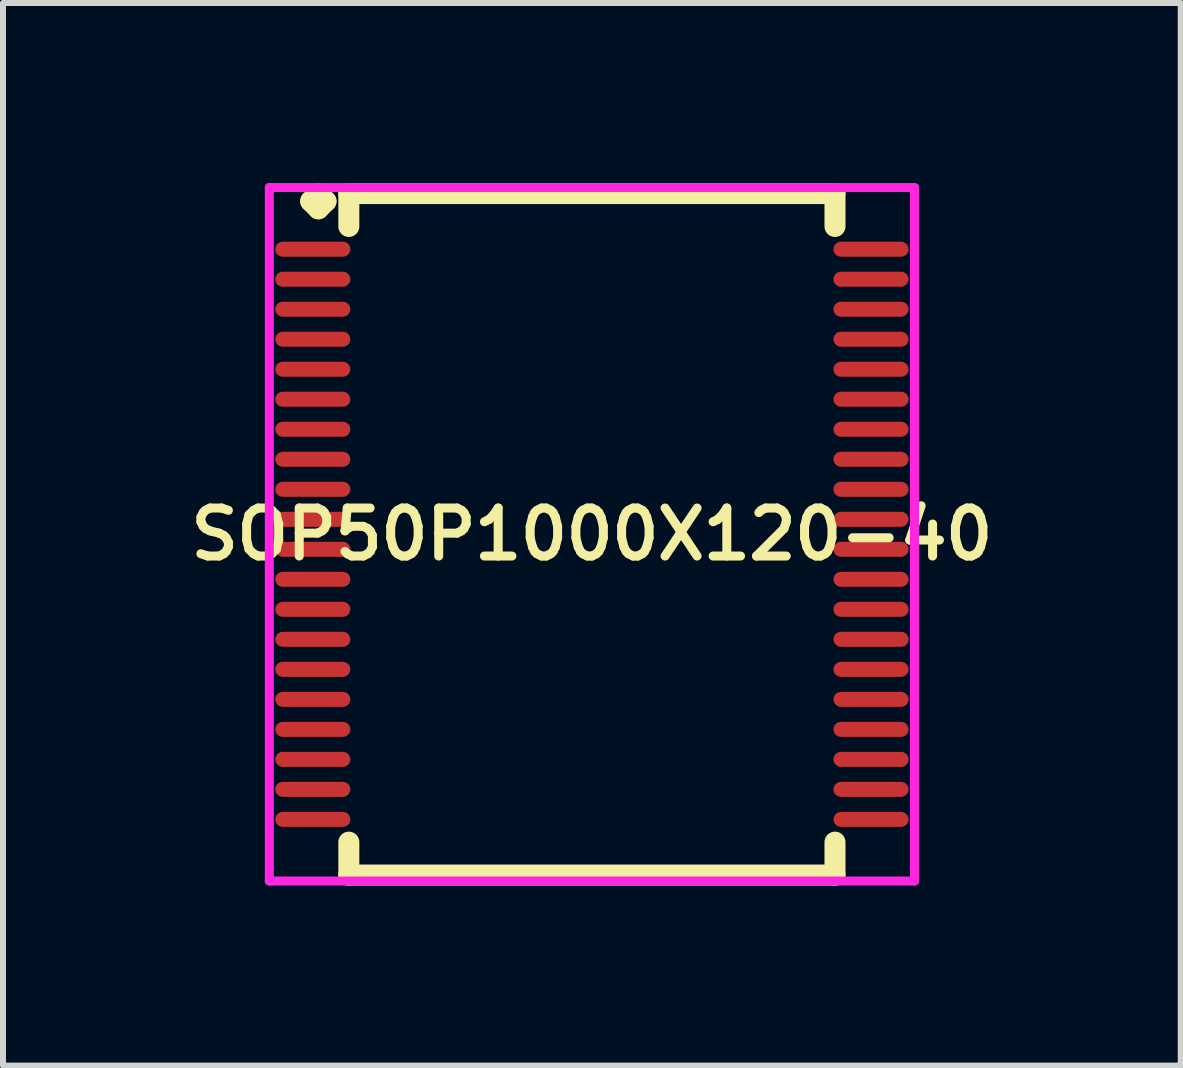
<source format=kicad_pcb>
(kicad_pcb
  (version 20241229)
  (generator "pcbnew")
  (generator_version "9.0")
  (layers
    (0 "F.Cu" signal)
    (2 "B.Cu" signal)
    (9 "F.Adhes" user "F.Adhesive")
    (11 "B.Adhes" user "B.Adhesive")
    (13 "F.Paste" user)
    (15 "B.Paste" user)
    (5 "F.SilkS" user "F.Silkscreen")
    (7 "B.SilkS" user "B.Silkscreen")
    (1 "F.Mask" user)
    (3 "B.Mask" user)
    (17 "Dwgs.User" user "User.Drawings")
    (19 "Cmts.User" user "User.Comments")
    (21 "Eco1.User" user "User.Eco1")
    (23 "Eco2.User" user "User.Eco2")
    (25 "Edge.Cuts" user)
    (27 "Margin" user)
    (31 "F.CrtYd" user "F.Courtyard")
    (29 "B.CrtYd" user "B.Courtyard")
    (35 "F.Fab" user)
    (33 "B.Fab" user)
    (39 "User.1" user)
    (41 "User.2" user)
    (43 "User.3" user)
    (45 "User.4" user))
  (footprint "SOP50P1000X120-40"
    (layer "F.Cu")
    (at 6.812 5.852)
    (property "Reference" "SOP50P1000X120-40" (at 0 0 0) (layer "F.SilkS") (effects (font (size 0.8 0.8) (thickness 0.15))))
    (attr smd)
    (fp_line (start -4.685 -5.55) (end -4.558 -5.677) (stroke (width 0.35) (type solid)) (layer "F.SilkS"))
    (fp_line (start -4.558 -5.677) (end -4.431 -5.55) (stroke (width 0.35) (type solid)) (layer "F.SilkS"))
    (fp_line (start -4.558 -5.423) (end -4.685 -5.55) (stroke (width 0.35) (type solid)) (layer "F.SilkS"))
    (fp_line (start -4.431 -5.55) (end -4.558 -5.423) (stroke (width 0.35) (type solid)) (layer "F.SilkS"))
    (fp_line (start -4.05 -5.677) (end 4.05 -5.677) (stroke (width 0.35) (type solid)) (layer "F.SilkS"))
    (fp_line (start -4.05 -5.129) (end -4.05 -5.677) (stroke (width 0.35) (type solid)) (layer "F.SilkS"))
    (fp_line (start -4.05 5.129) (end -4.05 5.677) (stroke (width 0.35) (type solid)) (layer "F.SilkS"))
    (fp_line (start -4.05 5.677) (end 4.05 5.677) (stroke (width 0.35) (type solid)) (layer "F.SilkS"))
    (fp_line (start 4.05 -5.677) (end 4.05 -5.129) (stroke (width 0.35) (type solid)) (layer "F.SilkS"))
    (fp_line (start 4.05 5.677) (end 4.05 5.129) (stroke (width 0.35) (type solid)) (layer "F.SilkS"))
    (fp_line (start -5.375 -5.777) (end 5.375 -5.777) (stroke (width 0.15) (type solid)) (layer "F.CrtYd"))
    (fp_line (start -5.375 5.777) (end -5.375 -5.777) (stroke (width 0.15) (type solid)) (layer "F.CrtYd"))
    (fp_line (start 5.375 -5.777) (end 5.375 5.777) (stroke (width 0.15) (type solid)) (layer "F.CrtYd"))
    (fp_line (start 5.375 5.777) (end -5.375 5.777) (stroke (width 0.15) (type solid)) (layer "F.CrtYd"))
    (pad "1" smd oval (at -4.65 -4.75) (size 1.25 0.25) (layers "F.Cu" "F.Mask" "F.Paste"))
    (pad "2" smd oval (at -4.65 -4.25) (size 1.25 0.25) (layers "F.Cu" "F.Mask" "F.Paste"))
    (pad "3" smd oval (at -4.65 -3.75) (size 1.25 0.25) (layers "F.Cu" "F.Mask" "F.Paste"))
    (pad "4" smd oval (at -4.65 -3.25) (size 1.25 0.25) (layers "F.Cu" "F.Mask" "F.Paste"))
    (pad "5" smd oval (at -4.65 -2.75) (size 1.25 0.25) (layers "F.Cu" "F.Mask" "F.Paste"))
    (pad "6" smd oval (at -4.65 -2.25) (size 1.25 0.25) (layers "F.Cu" "F.Mask" "F.Paste"))
    (pad "7" smd oval (at -4.65 -1.75) (size 1.25 0.25) (layers "F.Cu" "F.Mask" "F.Paste"))
    (pad "8" smd oval (at -4.65 -1.25) (size 1.25 0.25) (layers "F.Cu" "F.Mask" "F.Paste"))
    (pad "9" smd oval (at -4.65 -0.75) (size 1.25 0.25) (layers "F.Cu" "F.Mask" "F.Paste"))
    (pad "10" smd oval (at -4.65 -0.25) (size 1.25 0.25) (layers "F.Cu" "F.Mask" "F.Paste"))
    (pad "11" smd oval (at -4.65 0.25) (size 1.25 0.25) (layers "F.Cu" "F.Mask" "F.Paste"))
    (pad "12" smd oval (at -4.65 0.75) (size 1.25 0.25) (layers "F.Cu" "F.Mask" "F.Paste"))
    (pad "13" smd oval (at -4.65 1.25) (size 1.25 0.25) (layers "F.Cu" "F.Mask" "F.Paste"))
    (pad "14" smd oval (at -4.65 1.75) (size 1.25 0.25) (layers "F.Cu" "F.Mask" "F.Paste"))
    (pad "15" smd oval (at -4.65 2.25) (size 1.25 0.25) (layers "F.Cu" "F.Mask" "F.Paste"))
    (pad "16" smd oval (at -4.65 2.75) (size 1.25 0.25) (layers "F.Cu" "F.Mask" "F.Paste"))
    (pad "17" smd oval (at -4.65 3.25) (size 1.25 0.25) (layers "F.Cu" "F.Mask" "F.Paste"))
    (pad "18" smd oval (at -4.65 3.75) (size 1.25 0.25) (layers "F.Cu" "F.Mask" "F.Paste"))
    (pad "19" smd oval (at -4.65 4.25) (size 1.25 0.25) (layers "F.Cu" "F.Mask" "F.Paste"))
    (pad "20" smd oval (at -4.65 4.75) (size 1.25 0.25) (layers "F.Cu" "F.Mask" "F.Paste"))
    (pad "21" smd oval (at 4.65 4.75) (size 1.25 0.25) (layers "F.Cu" "F.Mask" "F.Paste"))
    (pad "22" smd oval (at 4.65 4.25) (size 1.25 0.25) (layers "F.Cu" "F.Mask" "F.Paste"))
    (pad "23" smd oval (at 4.65 3.75) (size 1.25 0.25) (layers "F.Cu" "F.Mask" "F.Paste"))
    (pad "24" smd oval (at 4.65 3.25) (size 1.25 0.25) (layers "F.Cu" "F.Mask" "F.Paste"))
    (pad "25" smd oval (at 4.65 2.75) (size 1.25 0.25) (layers "F.Cu" "F.Mask" "F.Paste"))
    (pad "26" smd oval (at 4.65 2.25) (size 1.25 0.25) (layers "F.Cu" "F.Mask" "F.Paste"))
    (pad "27" smd oval (at 4.65 1.75) (size 1.25 0.25) (layers "F.Cu" "F.Mask" "F.Paste"))
    (pad "28" smd oval (at 4.65 1.25) (size 1.25 0.25) (layers "F.Cu" "F.Mask" "F.Paste"))
    (pad "29" smd oval (at 4.65 0.75) (size 1.25 0.25) (layers "F.Cu" "F.Mask" "F.Paste"))
    (pad "30" smd oval (at 4.65 0.25) (size 1.25 0.25) (layers "F.Cu" "F.Mask" "F.Paste"))
    (pad "31" smd oval (at 4.65 -0.25) (size 1.25 0.25) (layers "F.Cu" "F.Mask" "F.Paste"))
    (pad "32" smd oval (at 4.65 -0.75) (size 1.25 0.25) (layers "F.Cu" "F.Mask" "F.Paste"))
    (pad "33" smd oval (at 4.65 -1.25) (size 1.25 0.25) (layers "F.Cu" "F.Mask" "F.Paste"))
    (pad "34" smd oval (at 4.65 -1.75) (size 1.25 0.25) (layers "F.Cu" "F.Mask" "F.Paste"))
    (pad "35" smd oval (at 4.65 -2.25) (size 1.25 0.25) (layers "F.Cu" "F.Mask" "F.Paste"))
    (pad "36" smd oval (at 4.65 -2.75) (size 1.25 0.25) (layers "F.Cu" "F.Mask" "F.Paste"))
    (pad "37" smd oval (at 4.65 -3.25) (size 1.25 0.25) (layers "F.Cu" "F.Mask" "F.Paste"))
    (pad "38" smd oval (at 4.65 -3.75) (size 1.25 0.25) (layers "F.Cu" "F.Mask" "F.Paste"))
    (pad "39" smd oval (at 4.65 -4.25) (size 1.25 0.25) (layers "F.Cu" "F.Mask" "F.Paste"))
    (pad "40" smd oval (at 4.65 -4.75) (size 1.25 0.25) (layers "F.Cu" "F.Mask" "F.Paste")))
  (gr_rect
    (start -3 -3)
    (end 16.623 14.704)
    (stroke (width 0.1) (type default))
    (fill no)
    (layer "Edge.Cuts")))
</source>
